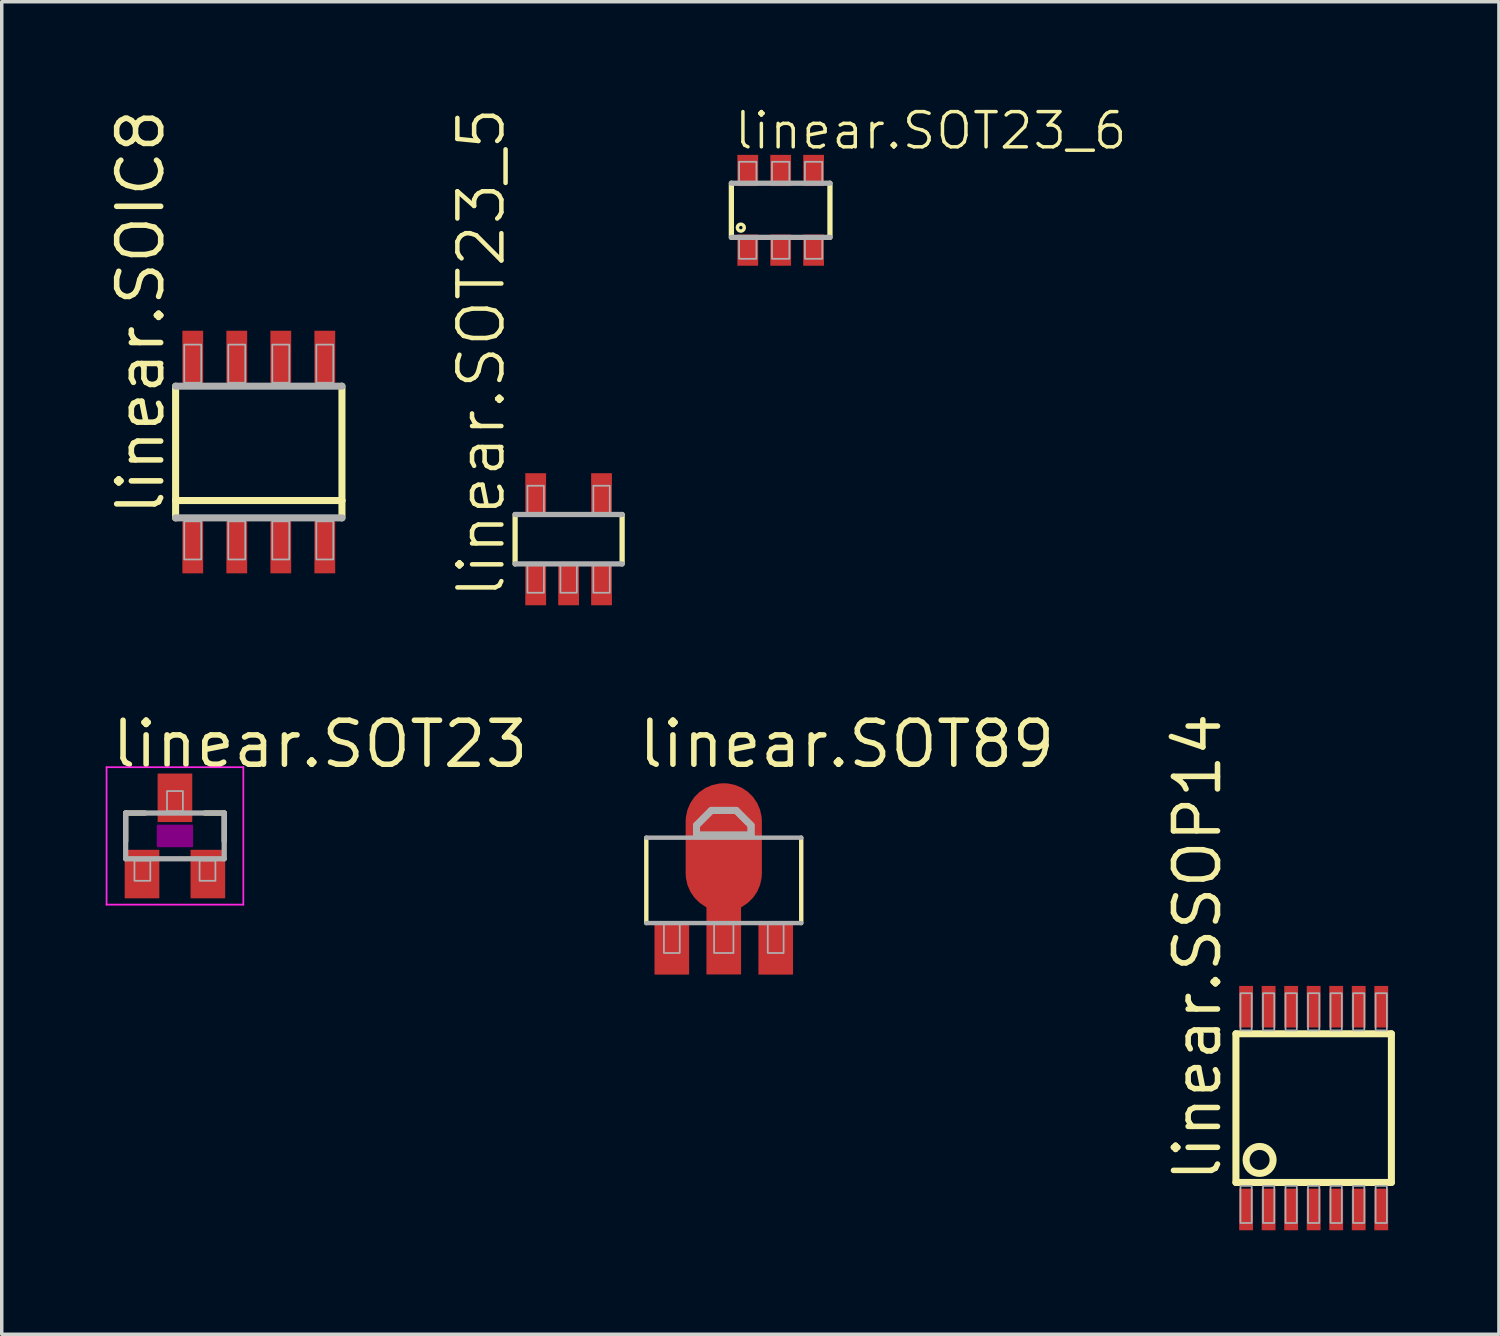
<source format=kicad_pcb>
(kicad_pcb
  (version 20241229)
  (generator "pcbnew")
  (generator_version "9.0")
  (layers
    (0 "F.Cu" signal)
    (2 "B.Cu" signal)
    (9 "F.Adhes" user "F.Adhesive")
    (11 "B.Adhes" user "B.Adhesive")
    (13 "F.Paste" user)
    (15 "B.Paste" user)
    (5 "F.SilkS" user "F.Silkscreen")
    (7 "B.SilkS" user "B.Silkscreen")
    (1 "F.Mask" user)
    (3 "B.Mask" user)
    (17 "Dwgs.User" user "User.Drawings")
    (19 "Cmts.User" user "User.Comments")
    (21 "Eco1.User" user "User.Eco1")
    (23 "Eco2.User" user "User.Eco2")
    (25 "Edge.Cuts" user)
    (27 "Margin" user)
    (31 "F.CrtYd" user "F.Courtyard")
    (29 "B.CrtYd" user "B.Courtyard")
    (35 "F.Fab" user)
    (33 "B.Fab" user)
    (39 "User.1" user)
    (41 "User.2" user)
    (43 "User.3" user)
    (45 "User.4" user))
  (footprint "linear.SOT23_6"
    (layer "F.Cu")
    (at 19.476 3.018)
    (property "Reference" "linear.SOT23_6" (at -1.397 -1.702 0) (layer "F.SilkS") (effects (font (size 1.016 1.016) (thickness 0.1)) (justify left bottom)))
    (attr smd)
    (fp_line (start -1.423 0.781) (end -1.423 -0.781) (stroke (width 0.152) (type default)) (layer "F.SilkS"))
    (fp_line (start 1.422 -0.781) (end 1.422 0.781) (stroke (width 0.152) (type default)) (layer "F.SilkS"))
    (fp_circle (center -1.15 0.5) (end -1.05 0.5) (stroke (width 0.1) (type default)) (fill no) (layer "F.SilkS"))
    (fp_line (start -1.423 -0.781) (end 1.422 -0.781) (stroke (width 0.152) (type default)) (layer "F.Fab"))
    (fp_line (start 1.422 0.781) (end -1.423 0.781) (stroke (width 0.152) (type default)) (layer "F.Fab"))
    (fp_rect (start -1.2 -0.8) (end -0.7 -1.4) (stroke (width 0.05) (type default)) (fill no) (layer "F.Fab"))
    (fp_rect (start -1.2 1.4) (end -0.7 0.8) (stroke (width 0.05) (type default)) (fill no) (layer "F.Fab"))
    (fp_rect (start -0.25 -0.8) (end 0.25 -1.4) (stroke (width 0.05) (type default)) (fill no) (layer "F.Fab"))
    (fp_rect (start -0.25 1.4) (end 0.25 0.8) (stroke (width 0.05) (type default)) (fill no) (layer "F.Fab"))
    (fp_rect (start 0.7 -0.8) (end 1.2 -1.4) (stroke (width 0.05) (type default)) (fill no) (layer "F.Fab"))
    (fp_rect (start 0.7 1.4) (end 1.2 0.8) (stroke (width 0.05) (type default)) (fill no) (layer "F.Fab"))
    (pad "1" smd roundrect (at -0.95 1.15) (size 0.6 0.9) (layers "F.Cu" "F.Mask" "F.Paste") (roundrect_rratio 0.01))
    (pad "2" smd roundrect (at 0 1.15) (size 0.6 0.9) (layers "F.Cu" "F.Mask" "F.Paste") (roundrect_rratio 0.01))
    (pad "3" smd roundrect (at 0.95 1.15) (size 0.6 0.9) (layers "F.Cu" "F.Mask" "F.Paste") (roundrect_rratio 0.01))
    (pad "4" smd roundrect (at 0.95 -1.15) (size 0.6 0.9) (layers "F.Cu" "F.Mask" "F.Paste") (roundrect_rratio 0.01))
    (pad "5" smd roundrect (at 0 -1.15) (size 0.6 0.9) (layers "F.Cu" "F.Mask" "F.Paste") (roundrect_rratio 0.01))
    (pad "6" smd roundrect (at -0.95 -1.15) (size 0.6 0.9) (layers "F.Cu" "F.Mask" "F.Paste") (roundrect_rratio 0.01)))
  (footprint "linear.SOT89"
    (layer "F.Cu")
    (at 17.834 22.34)
    (property "Reference" "linear.SOT89" (at -2.54 -3.175 0) (layer "F.SilkS") (effects (font (size 1.27 1.27) (thickness 0.16)) (justify left bottom)))
    (attr smd)
    (fp_rect (start -2.025 2.775) (end -0.975 1.2) (stroke (width 0.05) (type default)) (fill yes) (layer "F.Mask"))
    (fp_rect (start -0.525 2.775) (end 0.525 1.2) (stroke (width 0.05) (type default)) (fill yes) (layer "F.Mask"))
    (fp_rect (start 0.975 2.775) (end 2.025 1.2) (stroke (width 0.05) (type default)) (fill yes) (layer "F.Mask"))
    (fp_line (start -2.235 1.245) (end -2.235 -1.219) (stroke (width 0.127) (type default)) (layer "F.SilkS"))
    (fp_line (start 2.235 -1.219) (end 2.235 1.245) (stroke (width 0.127) (type default)) (layer "F.SilkS"))
    (fp_rect (start -1.9 2.68) (end -1.1 1.28) (stroke (width 0.05) (type default)) (fill yes) (layer "F.Paste"))
    (fp_rect (start -0.9 0) (end 0.9 -2.2) (stroke (width 0.05) (type default)) (fill yes) (layer "F.Paste"))
    (fp_rect (start -0.4 2.68) (end 0.4 1.28) (stroke (width 0.05) (type default)) (fill yes) (layer "F.Paste"))
    (fp_rect (start 1.1 2.68) (end 1.9 1.28) (stroke (width 0.05) (type default)) (fill yes) (layer "F.Paste"))
    (fp_line (start -2.235 -1.219) (end 2.235 -1.219) (stroke (width 0.127) (type default)) (layer "F.Fab"))
    (fp_line (start -0.787 -1.575) (end -0.356 -2.007) (stroke (width 0.2) (type default)) (layer "F.Fab"))
    (fp_line (start -0.787 -1.295) (end -0.787 -1.575) (stroke (width 0.2) (type default)) (layer "F.Fab"))
    (fp_line (start -0.356 -2.007) (end 0.356 -2.007) (stroke (width 0.2) (type default)) (layer "F.Fab"))
    (fp_line (start 0.356 -2.007) (end 0.787 -1.575) (stroke (width 0.2) (type default)) (layer "F.Fab"))
    (fp_line (start 0.787 -1.575) (end 0.787 -1.295) (stroke (width 0.2) (type default)) (layer "F.Fab"))
    (fp_line (start 0.787 -1.295) (end -0.787 -1.295) (stroke (width 0.2) (type default)) (layer "F.Fab"))
    (fp_line (start 2.235 1.245) (end -2.235 1.245) (stroke (width 0.127) (type default)) (layer "F.Fab"))
    (fp_rect (start -1.727 2.108) (end -1.27 1.27) (stroke (width 0.05) (type default)) (fill no) (layer "F.Fab"))
    (fp_rect (start -0.279 2.108) (end 0.279 1.27) (stroke (width 0.05) (type default)) (fill no) (layer "F.Fab"))
    (fp_rect (start 1.27 2.108) (end 1.727 1.27) (stroke (width 0.05) (type default)) (fill no) (layer "F.Fab"))
    (fp_poly (pts (xy -0.787 -1.321) (xy -0.787 -1.575) (xy -0.356 -2.007) (xy 0.305 -2.007) (xy 0.356 -2.007) (xy 0.787 -1.575) (xy 0.787 -1.295) (xy -0.787 -1.295)) (stroke (width 0.2) (type default)) (fill no) (layer "F.Fab"))
    (pad "1" smd roundrect (at -1.499 1.981) (size 1 1.5) (layers "F.Cu" "F.Mask" "F.Paste") (roundrect_rratio 0.01))
    (pad "2" smd roundrect (at 0 1.727) (size 1 2) (layers "F.Cu" "F.Mask" "F.Paste") (roundrect_rratio 0.01))
    (pad "2@1" smd roundrect (at 0 -0.94) (size 2.2 3.7) (layers "F.Cu" "F.Mask" "F.Paste") (roundrect_rratio 0.5))
    (pad "3" smd roundrect (at 1.499 1.981) (size 1 1.5) (layers "F.Cu" "F.Mask" "F.Paste") (roundrect_rratio 0.01)))
  (footprint "linear.SOIC8"
    (layer "F.Cu")
    (at 4.417 9.993)
    (property "Reference" "linear.SOIC8" (at -2.667 1.905 90) (layer "F.SilkS") (effects (font (size 1.27 1.27) (thickness 0.16)) (justify left bottom)))
    (attr smd)
    (fp_line (start -2.4 1.4) (end -2.4 -1.9) (stroke (width 0.203) (type default)) (layer "F.SilkS"))
    (fp_line (start -2.4 1.9) (end -2.4 1.4) (stroke (width 0.203) (type default)) (layer "F.SilkS"))
    (fp_line (start 2.4 -1.9) (end 2.4 1.4) (stroke (width 0.203) (type default)) (layer "F.SilkS"))
    (fp_line (start 2.4 1.4) (end -2.4 1.4) (stroke (width 0.203) (type default)) (layer "F.SilkS"))
    (fp_line (start 2.4 1.4) (end 2.4 1.9) (stroke (width 0.203) (type default)) (layer "F.SilkS"))
    (fp_line (start -2.4 -1.9) (end 2.4 -1.9) (stroke (width 0.203) (type default)) (layer "F.Fab"))
    (fp_line (start 2.4 1.9) (end -2.4 1.9) (stroke (width 0.203) (type default)) (layer "F.Fab"))
    (fp_rect (start -2.15 -2) (end -1.66 -3.1) (stroke (width 0.05) (type default)) (fill no) (layer "F.Fab"))
    (fp_rect (start -2.15 3.1) (end -1.66 2) (stroke (width 0.05) (type default)) (fill no) (layer "F.Fab"))
    (fp_rect (start -0.88 -2) (end -0.39 -3.1) (stroke (width 0.05) (type default)) (fill no) (layer "F.Fab"))
    (fp_rect (start -0.88 3.1) (end -0.39 2) (stroke (width 0.05) (type default)) (fill no) (layer "F.Fab"))
    (fp_rect (start 0.39 -2) (end 0.88 -3.1) (stroke (width 0.05) (type default)) (fill no) (layer "F.Fab"))
    (fp_rect (start 0.39 3.1) (end 0.88 2) (stroke (width 0.05) (type default)) (fill no) (layer "F.Fab"))
    (fp_rect (start 1.66 -2) (end 2.15 -3.1) (stroke (width 0.05) (type default)) (fill no) (layer "F.Fab"))
    (fp_rect (start 1.66 3.1) (end 2.15 2) (stroke (width 0.05) (type default)) (fill no) (layer "F.Fab"))
    (pad "1" smd roundrect (at -1.905 2.75) (size 0.6 1.5) (layers "F.Cu" "F.Mask" "F.Paste") (roundrect_rratio 0.01))
    (pad "2" smd roundrect (at -0.635 2.75) (size 0.6 1.5) (layers "F.Cu" "F.Mask" "F.Paste") (roundrect_rratio 0.01))
    (pad "3" smd roundrect (at 0.635 2.75) (size 0.6 1.5) (layers "F.Cu" "F.Mask" "F.Paste") (roundrect_rratio 0.01))
    (pad "4" smd roundrect (at 1.905 2.75) (size 0.6 1.5) (layers "F.Cu" "F.Mask" "F.Paste") (roundrect_rratio 0.01))
    (pad "5" smd roundrect (at 1.905 -2.75) (size 0.6 1.5) (layers "F.Cu" "F.Mask" "F.Paste") (roundrect_rratio 0.01))
    (pad "6" smd roundrect (at 0.635 -2.75) (size 0.6 1.5) (layers "F.Cu" "F.Mask" "F.Paste") (roundrect_rratio 0.01))
    (pad "7" smd roundrect (at -0.635 -2.75) (size 0.6 1.5) (layers "F.Cu" "F.Mask" "F.Paste") (roundrect_rratio 0.01))
    (pad "8" smd roundrect (at -1.905 -2.75) (size 0.6 1.5) (layers "F.Cu" "F.Mask" "F.Paste") (roundrect_rratio 0.01)))
  (footprint "linear.SSOP14"
    (layer "F.Cu")
    (at 34.855 28.924)
    (property "Reference" "linear.SSOP14" (at -2.611 2.204 90) (layer "F.SilkS") (effects (font (size 1.27 1.27) (thickness 0.16)) (justify left bottom)))
    (attr smd)
    (fp_line (start -2.243 -2.145) (end 2.243 -2.145) (stroke (width 0.203) (type default)) (layer "F.SilkS"))
    (fp_line (start -2.243 2.145) (end -2.243 -2.145) (stroke (width 0.203) (type default)) (layer "F.SilkS"))
    (fp_line (start 2.243 -2.145) (end 2.243 2.145) (stroke (width 0.203) (type default)) (layer "F.SilkS"))
    (fp_line (start 2.243 2.145) (end -2.243 2.145) (stroke (width 0.203) (type default)) (layer "F.SilkS"))
    (fp_circle (center -1.56 1.495) (end -1.17 1.495) (stroke (width 0.203) (type default)) (fill no) (layer "F.SilkS"))
    (fp_rect (start -2.112 -2.243) (end -1.788 -3.315) (stroke (width 0.05) (type default)) (fill no) (layer "F.Fab"))
    (fp_rect (start -2.112 3.315) (end -1.788 2.243) (stroke (width 0.05) (type default)) (fill no) (layer "F.Fab"))
    (fp_rect (start -1.462 -2.243) (end -1.137 -3.315) (stroke (width 0.05) (type default)) (fill no) (layer "F.Fab"))
    (fp_rect (start -1.462 3.315) (end -1.137 2.243) (stroke (width 0.05) (type default)) (fill no) (layer "F.Fab"))
    (fp_rect (start -0.812 -2.243) (end -0.487 -3.315) (stroke (width 0.05) (type default)) (fill no) (layer "F.Fab"))
    (fp_rect (start -0.812 3.315) (end -0.487 2.243) (stroke (width 0.05) (type default)) (fill no) (layer "F.Fab"))
    (fp_rect (start -0.163 -2.243) (end 0.163 -3.315) (stroke (width 0.05) (type default)) (fill no) (layer "F.Fab"))
    (fp_rect (start -0.163 3.315) (end 0.163 2.243) (stroke (width 0.05) (type default)) (fill no) (layer "F.Fab"))
    (fp_rect (start 0.487 -2.243) (end 0.812 -3.315) (stroke (width 0.05) (type default)) (fill no) (layer "F.Fab"))
    (fp_rect (start 0.487 3.315) (end 0.812 2.243) (stroke (width 0.05) (type default)) (fill no) (layer "F.Fab"))
    (fp_rect (start 1.137 -2.243) (end 1.462 -3.315) (stroke (width 0.05) (type default)) (fill no) (layer "F.Fab"))
    (fp_rect (start 1.137 3.315) (end 1.462 2.243) (stroke (width 0.05) (type default)) (fill no) (layer "F.Fab"))
    (fp_rect (start 1.788 -2.243) (end 2.112 -3.315) (stroke (width 0.05) (type default)) (fill no) (layer "F.Fab"))
    (fp_rect (start 1.788 3.315) (end 2.112 2.243) (stroke (width 0.05) (type default)) (fill no) (layer "F.Fab"))
    (pad "1" smd roundrect (at -1.95 2.925) (size 0.4 1.2) (layers "F.Cu" "F.Mask" "F.Paste") (roundrect_rratio 0.01))
    (pad "2" smd roundrect (at -1.3 2.925) (size 0.4 1.2) (layers "F.Cu" "F.Mask" "F.Paste") (roundrect_rratio 0.01))
    (pad "3" smd roundrect (at -0.65 2.925) (size 0.4 1.2) (layers "F.Cu" "F.Mask" "F.Paste") (roundrect_rratio 0.01))
    (pad "4" smd roundrect (at 0 2.925) (size 0.4 1.2) (layers "F.Cu" "F.Mask" "F.Paste") (roundrect_rratio 0.01))
    (pad "5" smd roundrect (at 0.65 2.925) (size 0.4 1.2) (layers "F.Cu" "F.Mask" "F.Paste") (roundrect_rratio 0.01))
    (pad "6" smd roundrect (at 1.3 2.925) (size 0.4 1.2) (layers "F.Cu" "F.Mask" "F.Paste") (roundrect_rratio 0.01))
    (pad "7" smd roundrect (at 1.95 2.925) (size 0.4 1.2) (layers "F.Cu" "F.Mask" "F.Paste") (roundrect_rratio 0.01))
    (pad "8" smd roundrect (at 1.95 -2.925 180) (size 0.4 1.2) (layers "F.Cu" "F.Mask" "F.Paste") (roundrect_rratio 0.01))
    (pad "9" smd roundrect (at 1.3 -2.925) (size 0.4 1.2) (layers "F.Cu" "F.Mask" "F.Paste") (roundrect_rratio 0.01))
    (pad "10" smd roundrect (at 0.65 -2.925) (size 0.4 1.2) (layers "F.Cu" "F.Mask" "F.Paste") (roundrect_rratio 0.01))
    (pad "11" smd roundrect (at 0 -2.925) (size 0.4 1.2) (layers "F.Cu" "F.Mask" "F.Paste") (roundrect_rratio 0.01))
    (pad "12" smd roundrect (at -0.65 -2.925) (size 0.4 1.2) (layers "F.Cu" "F.Mask" "F.Paste") (roundrect_rratio 0.01))
    (pad "13" smd roundrect (at -1.3 -2.925) (size 0.4 1.2) (layers "F.Cu" "F.Mask" "F.Paste") (roundrect_rratio 0.01))
    (pad "14" smd roundrect (at -1.95 -2.925) (size 0.4 1.2) (layers "F.Cu" "F.Mask" "F.Paste") (roundrect_rratio 0.01)))
  (footprint "linear.SOT23_5"
    (layer "F.Cu")
    (at 13.357 12.509)
    (property "Reference" "linear.SOT23_5" (at -1.778 1.778 90) (layer "F.SilkS") (effects (font (size 1.27 1.27) (thickness 0.13)) (justify left bottom)))
    (attr smd)
    (fp_line (start -1.544 0.712) (end -1.544 -0.713) (stroke (width 0.152) (type default)) (layer "F.SilkS"))
    (fp_line (start 1.544 -0.713) (end 1.544 0.712) (stroke (width 0.152) (type default)) (layer "F.SilkS"))
    (fp_line (start -1.544 -0.713) (end 1.544 -0.713) (stroke (width 0.152) (type default)) (layer "F.Fab"))
    (fp_line (start 1.544 0.712) (end -1.544 0.712) (stroke (width 0.152) (type default)) (layer "F.Fab"))
    (fp_rect (start -1.188 -0.713) (end -0.713 -1.544) (stroke (width 0.05) (type default)) (fill no) (layer "F.Fab"))
    (fp_rect (start -1.188 1.544) (end -0.713 0.712) (stroke (width 0.05) (type default)) (fill no) (layer "F.Fab"))
    (fp_rect (start -0.237 1.544) (end 0.237 0.712) (stroke (width 0.05) (type default)) (fill no) (layer "F.Fab"))
    (fp_rect (start 0.713 -0.713) (end 1.188 -1.544) (stroke (width 0.05) (type default)) (fill no) (layer "F.Fab"))
    (fp_rect (start 0.713 1.544) (end 1.188 0.712) (stroke (width 0.05) (type default)) (fill no) (layer "F.Fab"))
    (pad "1" smd roundrect (at -0.95 1.306) (size 0.6 1.2) (layers "F.Cu" "F.Mask" "F.Paste") (roundrect_rratio 0.01))
    (pad "2" smd roundrect (at 0 1.306) (size 0.6 1.2) (layers "F.Cu" "F.Mask" "F.Paste") (roundrect_rratio 0.01))
    (pad "3" smd roundrect (at 0.95 1.306) (size 0.6 1.2) (layers "F.Cu" "F.Mask" "F.Paste") (roundrect_rratio 0.01))
    (pad "4" smd roundrect (at 0.95 -1.306) (size 0.6 1.2) (layers "F.Cu" "F.Mask" "F.Paste") (roundrect_rratio 0.01))
    (pad "5" smd roundrect (at -0.95 -1.306) (size 0.6 1.2) (layers "F.Cu" "F.Mask" "F.Paste") (roundrect_rratio 0.01)))
  (footprint "linear.SOT23"
    (layer "F.Cu")
    (at 1.998 21.07)
    (property "Reference" "linear.SOT23" (at -1.905 -1.905 0) (layer "F.SilkS") (effects (font (size 1.27 1.27) (thickness 0.16)) (justify left bottom)))
    (attr smd)
    (fp_line (start -1.422 -0.66) (end -0.864 -0.66) (stroke (width 0.152) (type default)) (layer "F.SilkS"))
    (fp_line (start -1.422 0.152) (end -1.422 -0.66) (stroke (width 0.152) (type default)) (layer "F.SilkS"))
    (fp_line (start 0.864 -0.66) (end 1.422 -0.66) (stroke (width 0.152) (type default)) (layer "F.SilkS"))
    (fp_line (start 1.422 -0.66) (end 1.422 0.152) (stroke (width 0.152) (type default)) (layer "F.SilkS"))
    (fp_rect (start -0.5 0.3) (end 0.5 -0.3) (stroke (width 0.05) (type default)) (fill yes) (layer "F.Adhes"))
    (fp_line (start -1.973 -1.983) (end 1.973 -1.983) (stroke (width 0.051) (type default)) (layer "F.CrtYd"))
    (fp_line (start -1.973 1.983) (end -1.973 -1.983) (stroke (width 0.051) (type default)) (layer "F.CrtYd"))
    (fp_line (start 1.973 -1.983) (end 1.973 1.983) (stroke (width 0.051) (type default)) (layer "F.CrtYd"))
    (fp_line (start 1.973 1.983) (end -1.973 1.983) (stroke (width 0.051) (type default)) (layer "F.CrtYd"))
    (fp_line (start -1.422 -0.66) (end 1.422 -0.66) (stroke (width 0.152) (type default)) (layer "F.Fab"))
    (fp_line (start -1.422 0.66) (end -1.422 -0.66) (stroke (width 0.152) (type default)) (layer "F.Fab"))
    (fp_line (start 1.422 -0.66) (end 1.422 0.66) (stroke (width 0.152) (type default)) (layer "F.Fab"))
    (fp_line (start 1.422 0.66) (end -1.422 0.66) (stroke (width 0.152) (type default)) (layer "F.Fab"))
    (fp_rect (start -1.168 1.295) (end -0.711 0.711) (stroke (width 0.05) (type default)) (fill no) (layer "F.Fab"))
    (fp_rect (start -0.229 -0.711) (end 0.229 -1.295) (stroke (width 0.05) (type default)) (fill no) (layer "F.Fab"))
    (fp_rect (start 0.711 1.295) (end 1.168 0.711) (stroke (width 0.05) (type default)) (fill no) (layer "F.Fab"))
    (pad "1" smd roundrect (at -0.95 1.1) (size 1 1.4) (layers "F.Cu" "F.Mask" "F.Paste") (roundrect_rratio 0.01))
    (pad "2" smd roundrect (at 0.95 1.1) (size 1 1.4) (layers "F.Cu" "F.Mask" "F.Paste") (roundrect_rratio 0.01))
    (pad "3" smd roundrect (at 0 -1.1) (size 1 1.4) (layers "F.Cu" "F.Mask" "F.Paste") (roundrect_rratio 0.01)))
  (gr_rect
    (start -3 -3)
    (end 40.2 35.449)
    (stroke (width 0.1) (type default))
    (fill no)
    (layer "Edge.Cuts")))
</source>
